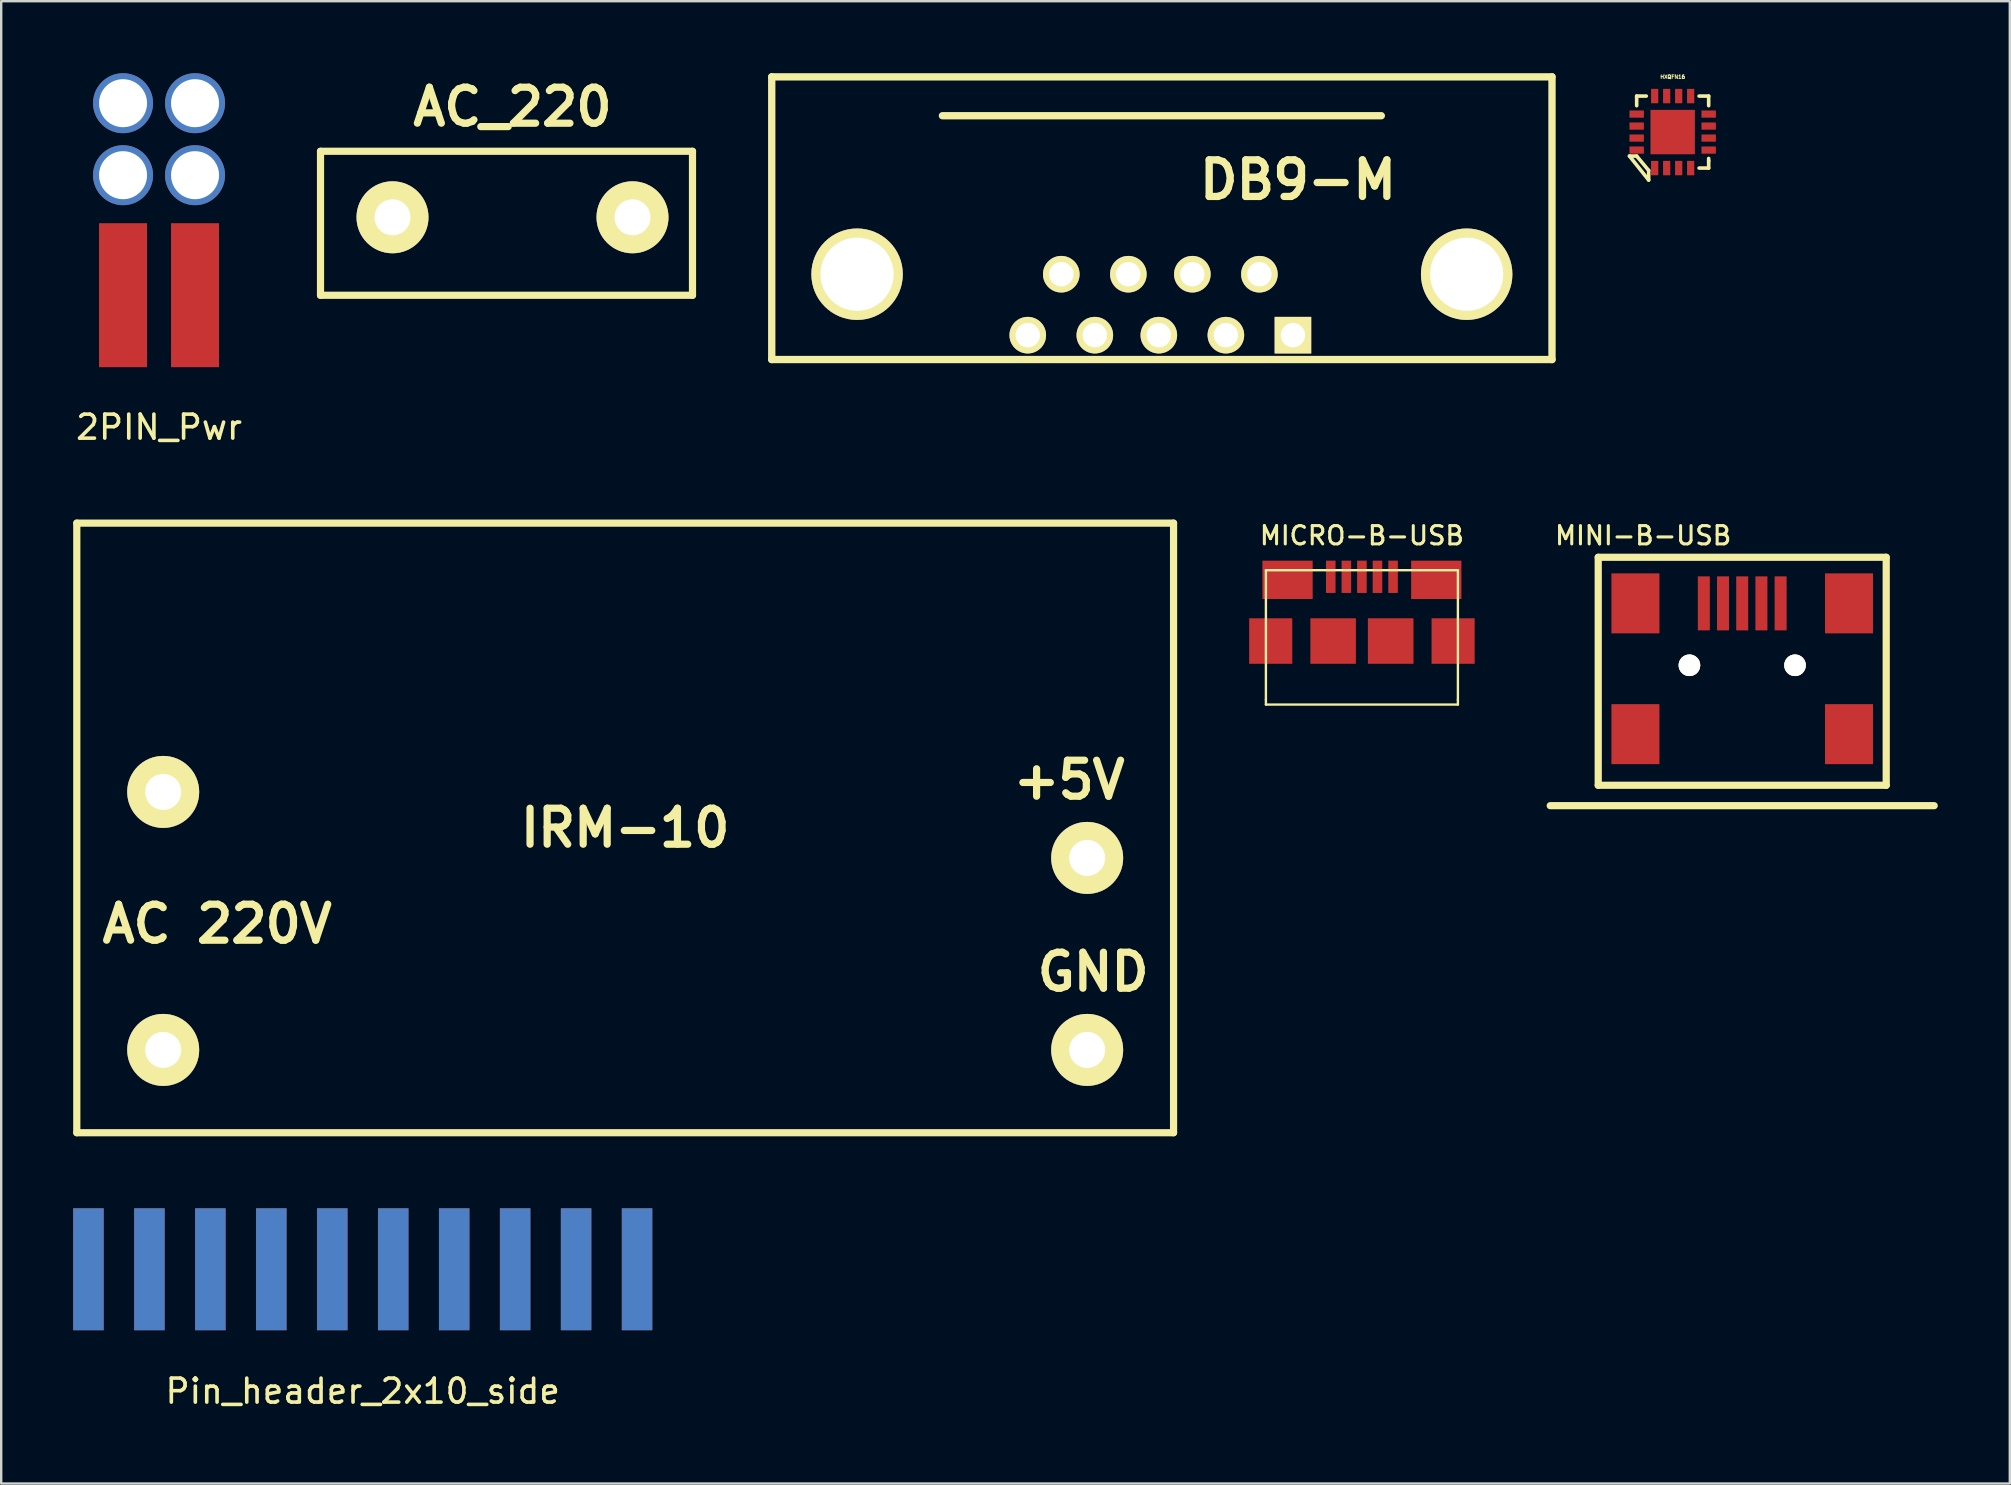
<source format=kicad_pcb>
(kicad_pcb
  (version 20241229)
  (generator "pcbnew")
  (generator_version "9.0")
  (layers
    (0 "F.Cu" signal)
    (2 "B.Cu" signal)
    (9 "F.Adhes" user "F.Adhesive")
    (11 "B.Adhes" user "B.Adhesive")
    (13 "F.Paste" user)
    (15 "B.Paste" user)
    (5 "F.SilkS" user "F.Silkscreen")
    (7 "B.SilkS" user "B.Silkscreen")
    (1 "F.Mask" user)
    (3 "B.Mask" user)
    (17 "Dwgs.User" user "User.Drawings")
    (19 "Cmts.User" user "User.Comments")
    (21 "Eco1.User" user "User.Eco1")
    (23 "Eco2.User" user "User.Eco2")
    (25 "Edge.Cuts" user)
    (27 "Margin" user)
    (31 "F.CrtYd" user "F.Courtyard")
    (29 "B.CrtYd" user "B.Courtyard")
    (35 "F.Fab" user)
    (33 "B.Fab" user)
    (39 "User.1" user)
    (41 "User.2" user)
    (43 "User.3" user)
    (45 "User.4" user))
  (footprint "IRM-10"
    (layer "F.Cu")
    (at 23 31.448)
    (property "Reference" "IRM-10" (at 0 0 0) (layer "F.SilkS") (effects (font (size 1.5 1.5) (thickness 0.3))))
    (attr through_hole)
    (fp_line (start -22.85 -12.7) (end -22.85 12.7) (stroke (width 0.3) (type solid)) (layer "F.SilkS"))
    (fp_line (start -22.85 -12.7) (end 22.85 -12.7) (stroke (width 0.3) (type solid)) (layer "F.SilkS"))
    (fp_line (start -22.85 12.7) (end 22.85 12.7) (stroke (width 0.3) (type solid)) (layer "F.SilkS"))
    (fp_line (start 22.85 -12.7) (end 22.85 12.7) (stroke (width 0.3) (type solid)) (layer "F.SilkS"))
    (fp_text user "+5V" (at 18.5 -2 0) (layer "F.SilkS") (effects (font (size 1.5 1.5) (thickness 0.3))))
    (fp_text user "AC 220V" (at -17 4 0) (layer "F.SilkS") (effects (font (size 1.5 1.5) (thickness 0.3))))
    (fp_text user "GND" (at 19.5 6 0) (layer "F.SilkS") (effects (font (size 1.5 1.5) (thickness 0.3))))
    (pad "1" thru_hole circle (at -19.25 -1.5) (size 3 3) (drill 1.5) (layers "*.Cu" "*.Mask" "F.SilkS"))
    (pad "2" thru_hole circle (at -19.25 9.25) (size 3 3) (drill 1.5) (layers "*.Cu" "*.Mask" "F.SilkS"))
    (pad "3" thru_hole circle (at 19.25 9.25) (size 3 3) (drill 1.5) (layers "*.Cu" "*.Mask" "F.SilkS"))
    (pad "4" thru_hole circle (at 19.25 1.25) (size 3 3) (drill 1.5) (layers "*.Cu" "*.Mask" "F.SilkS")))
  (footprint "HXQFN16"
    (layer "F.Cu")
    (at 66.647 2.453)
    (property "Reference" "HXQFN16" (at 0 -2.3 0) (layer "F.SilkS") (effects (font (size 0.15 0.15) (thickness 0.038))))
    (attr through_hole)
    (fp_line (start -1.8 1) (end -1 2) (stroke (width 0.15) (type solid)) (layer "F.SilkS"))
    (fp_line (start -1.5 -1.5) (end -1.1 -1.5) (stroke (width 0.15) (type solid)) (layer "F.SilkS"))
    (fp_line (start -1.5 -1.1) (end -1.5 -1.5) (stroke (width 0.15) (type solid)) (layer "F.SilkS"))
    (fp_line (start -1.5 1) (end -1.8 1) (stroke (width 0.15) (type solid)) (layer "F.SilkS"))
    (fp_line (start -1 1.6) (end -1.5 1) (stroke (width 0.15) (type solid)) (layer "F.SilkS"))
    (fp_line (start -1 2) (end -1 1.6) (stroke (width 0.15) (type solid)) (layer "F.SilkS"))
    (fp_line (start 1.1 -1.5) (end 1.5 -1.5) (stroke (width 0.15) (type solid)) (layer "F.SilkS"))
    (fp_line (start 1.5 -1.5) (end 1.5 -1.1) (stroke (width 0.15) (type solid)) (layer "F.SilkS"))
    (fp_line (start 1.5 1.1) (end 1.5 1.2) (stroke (width 0.15) (type solid)) (layer "F.SilkS"))
    (fp_line (start 1.5 1.2) (end 1.5 1.5) (stroke (width 0.15) (type solid)) (layer "F.SilkS"))
    (fp_line (start 1.5 1.5) (end 1.1 1.5) (stroke (width 0.15) (type solid)) (layer "F.SilkS"))
    (pad "1" smd rect (at -0.75 1.5 180) (size 0.3 0.6) (layers "F.Cu" "F.Mask" "F.Paste"))
    (pad "2" smd rect (at -0.25 1.5 180) (size 0.3 0.6) (layers "F.Cu" "F.Mask" "F.Paste"))
    (pad "3" smd rect (at 0.25 1.5 180) (size 0.3 0.6) (layers "F.Cu" "F.Mask" "F.Paste"))
    (pad "4" smd rect (at 0.75 1.5 180) (size 0.3 0.6) (layers "F.Cu" "F.Mask" "F.Paste"))
    (pad "5" smd rect (at 1.5 0.75 270) (size 0.3 0.6) (layers "F.Cu" "F.Mask" "F.Paste"))
    (pad "6" smd rect (at 1.5 0.25 270) (size 0.3 0.6) (layers "F.Cu" "F.Mask" "F.Paste"))
    (pad "7" smd rect (at 1.5 -0.25 270) (size 0.3 0.6) (layers "F.Cu" "F.Mask" "F.Paste"))
    (pad "8" smd rect (at 1.5 -0.75 270) (size 0.3 0.6) (layers "F.Cu" "F.Mask" "F.Paste"))
    (pad "9" smd rect (at 0.75 -1.5) (size 0.3 0.6) (layers "F.Cu" "F.Mask" "F.Paste"))
    (pad "10" smd rect (at 0.25 -1.5) (size 0.3 0.6) (layers "F.Cu" "F.Mask" "F.Paste"))
    (pad "11" smd rect (at -0.25 -1.5) (size 0.3 0.6) (layers "F.Cu" "F.Mask" "F.Paste"))
    (pad "12" smd rect (at -0.75 -1.5) (size 0.3 0.6) (layers "F.Cu" "F.Mask" "F.Paste"))
    (pad "13" smd rect (at -1.5 -0.75 90) (size 0.3 0.6) (layers "F.Cu" "F.Mask" "F.Paste"))
    (pad "14" smd rect (at -1.5 -0.25 90) (size 0.3 0.6) (layers "F.Cu" "F.Mask" "F.Paste"))
    (pad "15" smd rect (at -1.5 0.25 90) (size 0.3 0.6) (layers "F.Cu" "F.Mask" "F.Paste"))
    (pad "16" smd rect (at -1.5 0.75 90) (size 0.3 0.6) (layers "F.Cu" "F.Mask" "F.Paste"))
    (pad "nc" smd rect (at 0 0) (size 1.85 1.85) (layers "F.Cu" "F.Mask" "F.Paste")))
  (footprint "DB9-M"
    (layer "F.Cu")
    (at 45.236 9.646)
    (property "Reference" "DB9-M" (at 5.8 -5.2 0) (layer "F.SilkS") (effects (font (size 1.524 1.524) (thickness 0.305))))
    (attr through_hole)
    (fp_line (start -16.129 -9.494) (end -16.129 2.286) (stroke (width 0.305) (type solid)) (layer "F.SilkS"))
    (fp_line (start -16.129 2.286) (end 16.383 2.286) (stroke (width 0.305) (type solid)) (layer "F.SilkS"))
    (fp_line (start -9.017 -7.874) (end 9.271 -7.874) (stroke (width 0.305) (type solid)) (layer "F.SilkS"))
    (fp_line (start 16.383 -9.494) (end -16.129 -9.494) (stroke (width 0.305) (type solid)) (layer "F.SilkS"))
    (fp_line (start 16.383 2.286) (end 16.383 -9.494) (stroke (width 0.305) (type solid)) (layer "F.SilkS"))
    (pad "" thru_hole circle (at -12.573 -1.27) (size 3.81 3.81) (drill 3.048) (layers "*.Cu" "*.Mask" "F.SilkS"))
    (pad "" thru_hole circle (at 12.827 -1.27) (size 3.81 3.81) (drill 3.048) (layers "*.Cu" "*.Mask" "F.SilkS"))
    (pad "1" thru_hole rect (at 5.588 1.27) (size 1.524 1.524) (drill 1.016) (layers "*.Cu" "*.Mask" "F.SilkS"))
    (pad "2" thru_hole circle (at 2.794 1.27) (size 1.524 1.524) (drill 1.016) (layers "*.Cu" "*.Mask" "F.SilkS"))
    (pad "3" thru_hole circle (at 0 1.27) (size 1.524 1.524) (drill 1.016) (layers "*.Cu" "*.Mask" "F.SilkS"))
    (pad "4" thru_hole circle (at -2.667 1.27) (size 1.524 1.524) (drill 1.016) (layers "*.Cu" "*.Mask" "F.SilkS"))
    (pad "5" thru_hole circle (at -5.461 1.27) (size 1.524 1.524) (drill 1.016) (layers "*.Cu" "*.Mask" "F.SilkS"))
    (pad "6" thru_hole circle (at 4.191 -1.27) (size 1.524 1.524) (drill 1.016) (layers "*.Cu" "*.Mask" "F.SilkS"))
    (pad "7" thru_hole circle (at 1.397 -1.27) (size 1.524 1.524) (drill 1.016) (layers "*.Cu" "*.Mask" "F.SilkS"))
    (pad "8" thru_hole circle (at -1.27 -1.27) (size 1.524 1.524) (drill 1.016) (layers "*.Cu" "*.Mask" "F.SilkS"))
    (pad "9" thru_hole circle (at -4.064 -1.27) (size 1.524 1.524) (drill 1.016) (layers "*.Cu" "*.Mask" "F.SilkS")))
  (footprint "Pin_header_2x10_side"
    (layer "F.Cu")
    (at 12.065 49.838)
    (property "Reference" "Pin_header_2x10_side" (at 0 5.08 0) (layer "F.SilkS") (effects (font (size 1 1) (thickness 0.15))))
    (attr through_hole)
    (pad "1" smd rect (at -11.43 0) (size 1.27 5.08) (layers "F.Cu" "F.Mask" "F.Paste"))
    (pad "2" smd rect (at -11.43 0) (size 1.27 5.08) (layers "B.Cu" "B.Mask" "B.Paste"))
    (pad "3" smd rect (at -8.89 0) (size 1.27 5.08) (layers "F.Cu" "F.Mask" "F.Paste"))
    (pad "4" smd rect (at -8.89 0) (size 1.27 5.08) (layers "B.Cu" "B.Mask" "B.Paste"))
    (pad "5" smd rect (at -6.35 0) (size 1.27 5.08) (layers "F.Cu" "F.Mask" "F.Paste"))
    (pad "6" smd rect (at -6.35 0) (size 1.27 5.08) (layers "B.Cu" "B.Mask" "B.Paste"))
    (pad "7" smd rect (at -3.81 0) (size 1.27 5.08) (layers "F.Cu" "F.Mask" "F.Paste"))
    (pad "8" smd rect (at -3.81 0) (size 1.27 5.08) (layers "B.Cu" "B.Mask" "B.Paste"))
    (pad "9" smd rect (at -1.27 0) (size 1.27 5.08) (layers "F.Cu" "F.Mask" "F.Paste"))
    (pad "10" smd rect (at -1.27 0) (size 1.27 5.08) (layers "B.Cu" "B.Mask" "B.Paste"))
    (pad "11" smd rect (at 1.27 0) (size 1.27 5.08) (layers "F.Cu" "F.Mask" "F.Paste"))
    (pad "12" smd rect (at 1.27 0) (size 1.27 5.08) (layers "B.Cu" "B.Mask" "B.Paste"))
    (pad "13" smd rect (at 3.81 0) (size 1.27 5.08) (layers "F.Cu" "F.Mask" "F.Paste"))
    (pad "14" smd rect (at 3.81 0) (size 1.27 5.08) (layers "B.Cu" "B.Mask" "B.Paste"))
    (pad "15" smd rect (at 6.35 0) (size 1.27 5.08) (layers "F.Cu" "F.Mask" "F.Paste"))
    (pad "16" smd rect (at 6.35 0) (size 1.27 5.08) (layers "B.Cu" "B.Mask" "B.Paste"))
    (pad "17" smd rect (at 8.89 0) (size 1.27 5.08) (layers "F.Cu" "F.Mask" "F.Paste"))
    (pad "18" smd rect (at 8.89 0) (size 1.27 5.08) (layers "B.Cu" "B.Mask" "B.Paste"))
    (pad "19" smd rect (at 11.43 0) (size 1.27 5.08) (layers "F.Cu" "F.Mask" "F.Paste"))
    (pad "20" smd rect (at 11.43 0) (size 1.27 5.08) (layers "B.Cu" "B.Mask" "B.Paste")))
  (footprint "AC_220"
    (layer "F.Cu")
    (at 18.305 6.004)
    (property "Reference" "AC_220" (at 0 -4.6 0) (layer "F.SilkS") (effects (font (size 1.5 1.5) (thickness 0.3))))
    (attr through_hole)
    (fp_line (start -8 -2.75) (end 7.5 -2.75) (stroke (width 0.3) (type solid)) (layer "F.SilkS"))
    (fp_line (start -8 3.25) (end -8 -2.75) (stroke (width 0.3) (type solid)) (layer "F.SilkS"))
    (fp_line (start 7.5 -2.75) (end 7.5 3.25) (stroke (width 0.3) (type solid)) (layer "F.SilkS"))
    (fp_line (start 7.5 3.25) (end -8 3.25) (stroke (width 0.3) (type solid)) (layer "F.SilkS"))
    (pad "1" thru_hole circle (at -5 0 90) (size 3 3) (drill 1.5) (layers "*.Cu" "*.Mask" "F.SilkS"))
    (pad "2" thru_hole circle (at 5 0 90) (size 3 3) (drill 1.5) (layers "*.Cu" "*.Mask" "F.SilkS")))
  (footprint "2PIN_Pwr"
    (layer "F.Cu")
    (at 3.577 9.25)
    (property "Reference" "2PIN_Pwr" (at 0 5.5 0) (layer "F.SilkS") (effects (font (size 1 1) (thickness 0.15))))
    (attr through_hole)
    (pad "" np_thru_hole circle (at -1.5 -8) (size 2.5 2.5) (drill 2) (layers "*.Cu" "*.Mask"))
    (pad "" np_thru_hole circle (at -1.5 -5) (size 2.5 2.5) (drill 2) (layers "*.Cu" "*.Mask"))
    (pad "" np_thru_hole circle (at 1.5 -8) (size 2.5 2.5) (drill 2) (layers "*.Cu" "*.Mask"))
    (pad "" np_thru_hole circle (at 1.5 -5) (size 2.5 2.5) (drill 2) (layers "*.Cu" "*.Mask"))
    (pad "1" connect rect (at -1.5 0) (size 2 6) (layers "F.Cu" "F.Mask"))
    (pad "2" connect rect (at 1.5 0) (size 2 6) (layers "F.Cu" "F.Mask")))
  (footprint "MICRO-B-USB"
    (layer "F.Cu")
    (at 53.698 25.109)
    (property "Reference" "MICRO-B-USB" (at 0 -5.842 0) (layer "F.SilkS") (effects (font (size 0.762 0.762) (thickness 0.127))))
    (attr through_hole)
    (fp_line (start -4 -4.399) (end 4 -4.399) (stroke (width 0.099) (type solid)) (layer "F.SilkS"))
    (fp_line (start -4 1.001) (end -4 -4.399) (stroke (width 0.099) (type solid)) (layer "F.SilkS"))
    (fp_line (start -4 1.001) (end -4 1.199) (stroke (width 0.099) (type solid)) (layer "F.SilkS"))
    (fp_line (start 4 -4.399) (end 4 1.001) (stroke (width 0.099) (type solid)) (layer "F.SilkS"))
    (fp_line (start 4 1.001) (end 4 1.199) (stroke (width 0.099) (type solid)) (layer "F.SilkS"))
    (fp_line (start 4 1.199) (end -4 1.199) (stroke (width 0.099) (type solid)) (layer "F.SilkS"))
    (pad "" smd rect (at -3.099 -3.998) (size 2.095 1.598) (layers "F.Cu" "F.Mask" "F.Paste"))
    (pad "" smd rect (at 3.099 -3.998) (size 2.095 1.598) (layers "F.Cu" "F.Mask" "F.Paste"))
    (pad "1" smd rect (at -1.298 -4.125) (size 0.399 1.346) (layers "F.Cu" "F.Mask" "F.Paste"))
    (pad "2" smd rect (at -0.648 -4.125) (size 0.399 1.346) (layers "F.Cu" "F.Mask" "F.Paste"))
    (pad "3" smd rect (at 0 -4.125) (size 0.399 1.346) (layers "F.Cu" "F.Mask" "F.Paste"))
    (pad "4" smd rect (at 0.648 -4.125) (size 0.399 1.346) (layers "F.Cu" "F.Mask" "F.Paste"))
    (pad "5" smd rect (at 1.298 -4.125) (size 0.399 1.346) (layers "F.Cu" "F.Mask" "F.Paste"))
    (pad "6" smd rect (at -3.8 -1.448) (size 1.796 1.897) (layers "F.Cu" "F.Mask" "F.Paste"))
    (pad "7" smd rect (at -1.199 -1.448) (size 1.897 1.897) (layers "F.Cu" "F.Mask" "F.Paste"))
    (pad "8" smd rect (at 1.199 -1.448) (size 1.9 1.897) (layers "F.Cu" "F.Mask" "F.Paste"))
    (pad "9" smd rect (at 3.8 -1.448) (size 1.796 1.897) (layers "F.Cu" "F.Mask" "F.Paste")))
  (footprint "MINI-B-USB"
    (layer "F.Cu")
    (at 69.545 24.671)
    (property "Reference" "MINI-B-USB" (at -4.128 -5.404 0) (layer "F.SilkS") (effects (font (size 0.762 0.762) (thickness 0.127))))
    (attr through_hole)
    (fp_line (start -8 5.85) (end 8 5.85) (stroke (width 0.3) (type solid)) (layer "F.SilkS"))
    (fp_line (start -6 5) (end -6 -4.5) (stroke (width 0.3) (type solid)) (layer "F.SilkS"))
    (fp_line (start 6 -4.5) (end -6 -4.5) (stroke (width 0.3) (type solid)) (layer "F.SilkS"))
    (fp_line (start 6 -4.5) (end 6 5) (stroke (width 0.3) (type solid)) (layer "F.SilkS"))
    (fp_line (start 6 5) (end -6 5) (stroke (width 0.3) (type solid)) (layer "F.SilkS"))
    (pad "" thru_hole circle (at -2.2 0) (size 0.9 0.9) (drill 0.9) (layers "*.Cu" "F.SilkS"))
    (pad "" thru_hole circle (at 2.2 0) (size 0.9 0.9) (drill 0.9) (layers "*.Cu" "F.SilkS"))
    (pad "1" smd rect (at -1.6 -2.58) (size 0.5 2.25) (layers "F.Cu" "F.Mask" "F.Paste"))
    (pad "2" smd rect (at -0.8 -2.58) (size 0.5 2.25) (layers "F.Cu" "F.Mask" "F.Paste"))
    (pad "3" smd rect (at 0 -2.58) (size 0.5 2.25) (layers "F.Cu" "F.Mask" "F.Paste"))
    (pad "4" smd rect (at 0.8 -2.58) (size 0.5 2.25) (layers "F.Cu" "F.Mask" "F.Paste"))
    (pad "5" smd rect (at 1.6 -2.58) (size 0.5 2.25) (layers "F.Cu" "F.Mask" "F.Paste"))
    (pad "6" smd rect (at -4.45 -2.58) (size 2 2.5) (layers "F.Cu" "F.Mask" "F.Paste"))
    (pad "7" smd rect (at -4.45 2.87) (size 2 2.5) (layers "F.Cu" "F.Mask" "F.Paste"))
    (pad "8" smd rect (at 4.45 -2.58) (size 2 2.5) (layers "F.Cu" "F.Mask" "F.Paste"))
    (pad "9" smd rect (at 4.45 2.87) (size 2 2.5) (layers "F.Cu" "F.Mask" "F.Paste")))
  (gr_rect
    (start -3 -3)
    (end 80.695 58.767)
    (stroke (width 0.1) (type default))
    (fill no)
    (layer "Edge.Cuts")))
</source>
